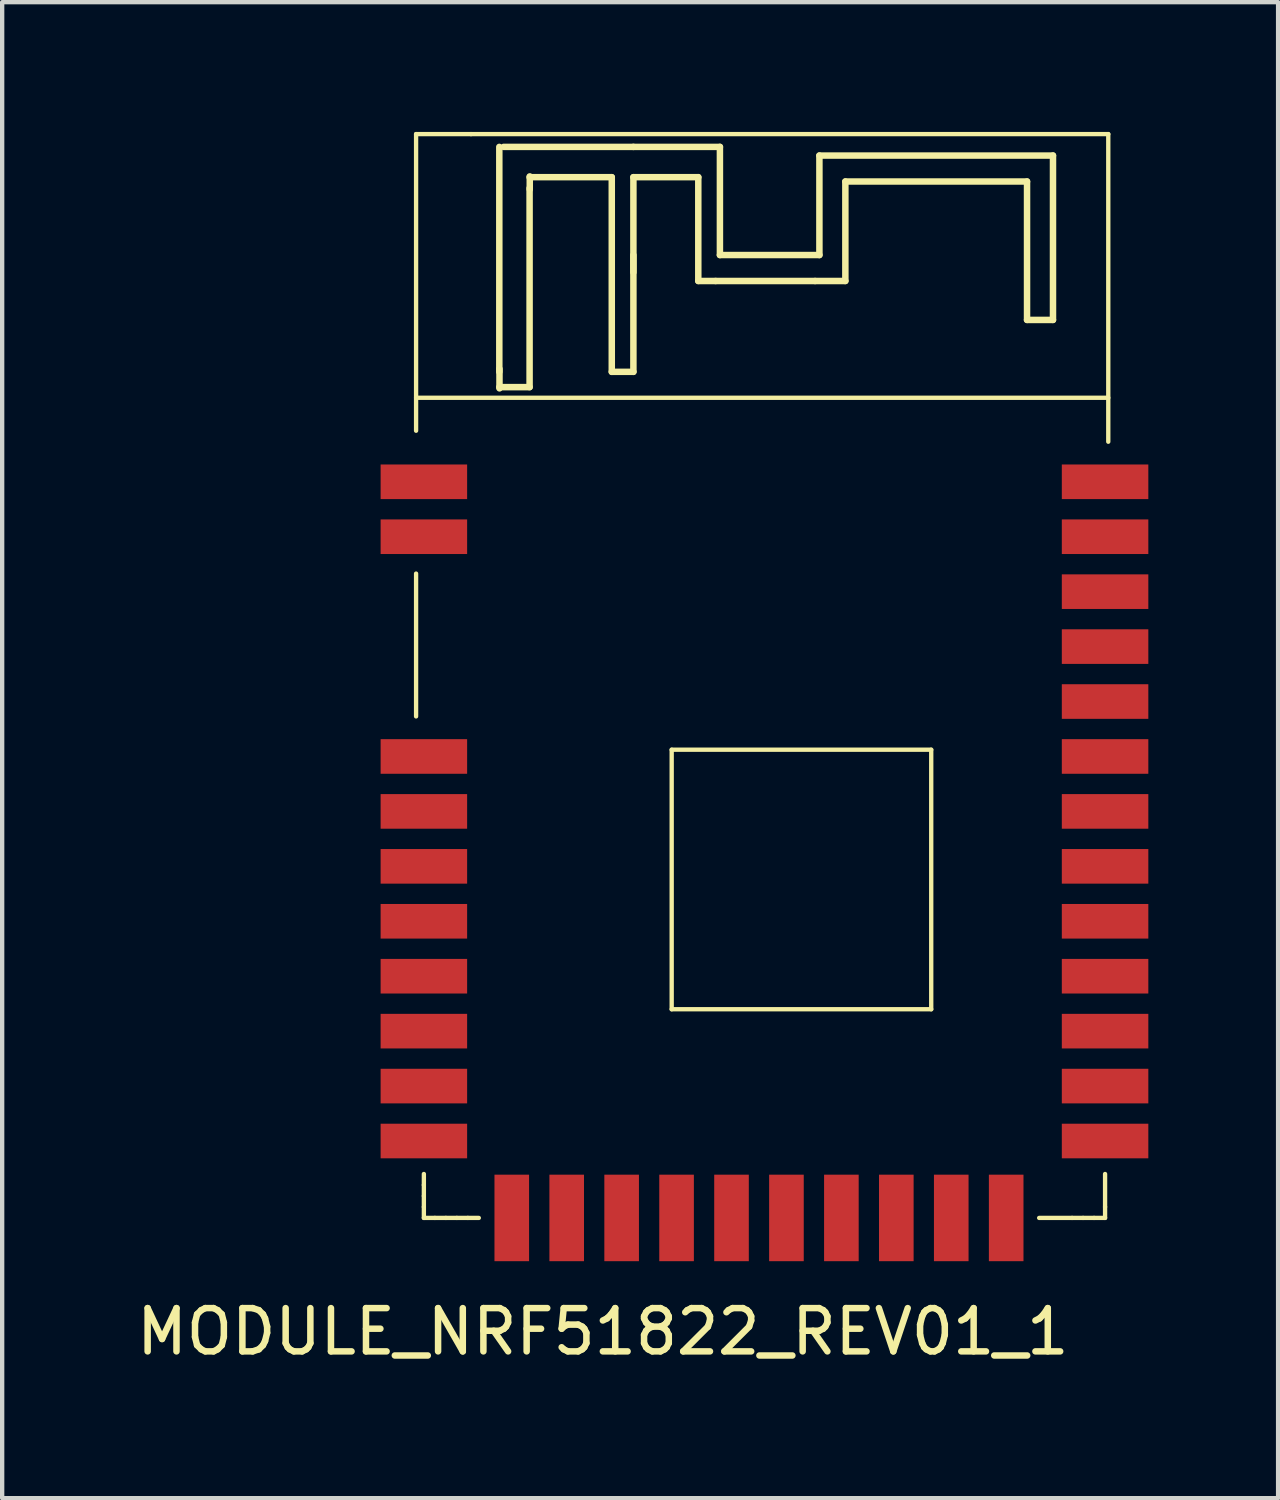
<source format=kicad_pcb>
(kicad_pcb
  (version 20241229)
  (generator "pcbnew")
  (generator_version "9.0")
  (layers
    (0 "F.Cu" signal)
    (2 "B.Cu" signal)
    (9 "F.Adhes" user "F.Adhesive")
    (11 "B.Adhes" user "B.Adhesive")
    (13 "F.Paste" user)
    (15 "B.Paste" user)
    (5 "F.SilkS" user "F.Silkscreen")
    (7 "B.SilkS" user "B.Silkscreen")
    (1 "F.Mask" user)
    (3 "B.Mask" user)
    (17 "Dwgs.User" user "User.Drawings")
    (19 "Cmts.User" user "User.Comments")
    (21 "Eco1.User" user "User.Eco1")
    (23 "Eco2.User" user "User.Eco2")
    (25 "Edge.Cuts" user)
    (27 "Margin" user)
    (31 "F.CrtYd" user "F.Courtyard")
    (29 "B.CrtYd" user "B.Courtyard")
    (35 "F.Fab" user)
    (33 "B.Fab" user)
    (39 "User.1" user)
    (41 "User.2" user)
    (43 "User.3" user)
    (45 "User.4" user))
  (footprint "MODULE_NRF51822_REV01_1"
    (layer "F.Cu")
    (at 14.697 14.528)
    (property "Reference" "MODULE_NRF51822_REV01_1" (at -3.81 13.208 0) (layer "F.SilkS") (effects (font (size 1 1) (thickness 0.15))))
    (attr smd)
    (fp_line (start -8.128 -14.478) (end -6.858 -14.478) (stroke (width 0.1) (type solid)) (layer "F.SilkS"))
    (fp_line (start -8.128 -8.382) (end 7.874 -8.382) (stroke (width 0.1) (type solid)) (layer "F.SilkS"))
    (fp_line (start -8.128 -7.62) (end -8.128 -14.478) (stroke (width 0.1) (type solid)) (layer "F.SilkS"))
    (fp_line (start -8.128 -4.318) (end -8.128 -1.016) (stroke (width 0.1) (type solid)) (layer "F.SilkS"))
    (fp_line (start -7.948 9.816) (end -7.948 9.562) (stroke (width 0.1) (type solid)) (layer "F.SilkS"))
    (fp_line (start -7.948 10.07) (end -7.948 9.816) (stroke (width 0.1) (type solid)) (layer "F.SilkS"))
    (fp_line (start -7.948 10.324) (end -7.948 10.07) (stroke (width 0.1) (type solid)) (layer "F.SilkS"))
    (fp_line (start -7.948 10.578) (end -7.948 10.324) (stroke (width 0.1) (type solid)) (layer "F.SilkS"))
    (fp_line (start -7.694 10.578) (end -7.948 10.578) (stroke (width 0.1) (type solid)) (layer "F.SilkS"))
    (fp_line (start -7.44 10.578) (end -7.694 10.578) (stroke (width 0.1) (type solid)) (layer "F.SilkS"))
    (fp_line (start -7.186 10.578) (end -7.44 10.578) (stroke (width 0.1) (type solid)) (layer "F.SilkS"))
    (fp_line (start -6.932 10.578) (end -7.186 10.578) (stroke (width 0.1) (type solid)) (layer "F.SilkS"))
    (fp_line (start -6.678 10.578) (end -6.932 10.578) (stroke (width 0.1) (type solid)) (layer "F.SilkS"))
    (fp_line (start -6.204 -8.982) (end -6.204 -14.182) (stroke (width 0.15) (type solid)) (layer "F.SilkS"))
    (fp_line (start -6.2 -9.05) (end -6.2 -8.6) (stroke (width 0.15) (type solid)) (layer "F.SilkS"))
    (fp_line (start -6.104 -14.182) (end -3.104 -14.182) (stroke (width 0.15) (type solid)) (layer "F.SilkS"))
    (fp_line (start -5.504 -13.228) (end -5.504 -8.628) (stroke (width 0.15) (type solid)) (layer "F.SilkS"))
    (fp_line (start -5.504 -8.628) (end -6.204 -8.628) (stroke (width 0.15) (type solid)) (layer "F.SilkS"))
    (fp_line (start -5.5 -13.2) (end -5.5 -13.5) (stroke (width 0.15) (type solid)) (layer "F.SilkS"))
    (fp_line (start -3.604 -13.482) (end -5.504 -13.482) (stroke (width 0.15) (type solid)) (layer "F.SilkS"))
    (fp_line (start -3.604 -8.982) (end -3.604 -13.482) (stroke (width 0.15) (type solid)) (layer "F.SilkS"))
    (fp_line (start -3.604 -8.982) (end -3.104 -8.982) (stroke (width 0.15) (type solid)) (layer "F.SilkS"))
    (fp_line (start -3.104 -14.182) (end -1.104 -14.182) (stroke (width 0.15) (type solid)) (layer "F.SilkS"))
    (fp_line (start -3.104 -13.482) (end -3.104 -11.282) (stroke (width 0.15) (type solid)) (layer "F.SilkS"))
    (fp_line (start -3.104 -11.682) (end -3.104 -8.982) (stroke (width 0.15) (type solid)) (layer "F.SilkS"))
    (fp_line (start -2.219 -0.246) (end 3.781 -0.246) (stroke (width 0.1) (type solid)) (layer "F.SilkS"))
    (fp_line (start -2.219 5.754) (end -2.219 -0.246) (stroke (width 0.1) (type solid)) (layer "F.SilkS"))
    (fp_line (start -1.604 -13.482) (end -3.104 -13.482) (stroke (width 0.15) (type solid)) (layer "F.SilkS"))
    (fp_line (start -1.604 -11.082) (end -1.604 -13.482) (stroke (width 0.15) (type solid)) (layer "F.SilkS"))
    (fp_line (start -1.204 -11.082) (end -1.604 -11.082) (stroke (width 0.15) (type solid)) (layer "F.SilkS"))
    (fp_line (start -1.104 -14.182) (end -1.104 -11.682) (stroke (width 0.15) (type solid)) (layer "F.SilkS"))
    (fp_line (start -1.104 -11.682) (end 1.196 -11.682) (stroke (width 0.15) (type solid)) (layer "F.SilkS"))
    (fp_line (start 1.096 -11.082) (end -1.204 -11.082) (stroke (width 0.15) (type solid)) (layer "F.SilkS"))
    (fp_line (start 1.196 -13.982) (end 6.596 -13.982) (stroke (width 0.15) (type solid)) (layer "F.SilkS"))
    (fp_line (start 1.196 -11.682) (end 1.196 -13.982) (stroke (width 0.15) (type solid)) (layer "F.SilkS"))
    (fp_line (start 1.796 -13.382) (end 1.796 -11.082) (stroke (width 0.15) (type solid)) (layer "F.SilkS"))
    (fp_line (start 1.796 -11.082) (end 1.096 -11.082) (stroke (width 0.15) (type solid)) (layer "F.SilkS"))
    (fp_line (start 3.781 -0.246) (end 3.781 5.754) (stroke (width 0.1) (type solid)) (layer "F.SilkS"))
    (fp_line (start 3.781 5.754) (end -2.219 5.754) (stroke (width 0.1) (type solid)) (layer "F.SilkS"))
    (fp_line (start 5.996 -13.382) (end 1.796 -13.382) (stroke (width 0.15) (type solid)) (layer "F.SilkS"))
    (fp_line (start 5.996 -10.182) (end 5.996 -13.382) (stroke (width 0.15) (type solid)) (layer "F.SilkS"))
    (fp_line (start 6.596 -13.982) (end 6.596 -10.182) (stroke (width 0.15) (type solid)) (layer "F.SilkS"))
    (fp_line (start 6.596 -10.182) (end 5.996 -10.182) (stroke (width 0.15) (type solid)) (layer "F.SilkS"))
    (fp_line (start 7.038 10.578) (end 6.276 10.578) (stroke (width 0.1) (type solid)) (layer "F.SilkS"))
    (fp_line (start 7.292 10.578) (end 7.038 10.578) (stroke (width 0.1) (type solid)) (layer "F.SilkS"))
    (fp_line (start 7.546 10.578) (end 7.292 10.578) (stroke (width 0.1) (type solid)) (layer "F.SilkS"))
    (fp_line (start 7.8 9.562) (end 7.8 10.324) (stroke (width 0.1) (type solid)) (layer "F.SilkS"))
    (fp_line (start 7.8 10.324) (end 7.8 10.578) (stroke (width 0.1) (type solid)) (layer "F.SilkS"))
    (fp_line (start 7.8 10.578) (end 7.546 10.578) (stroke (width 0.1) (type solid)) (layer "F.SilkS"))
    (fp_line (start 7.874 -14.478) (end -6.858 -14.478) (stroke (width 0.1) (type solid)) (layer "F.SilkS"))
    (fp_line (start 7.874 -7.366) (end 7.874 -14.478) (stroke (width 0.1) (type solid)) (layer "F.SilkS"))
    (pad "1" smd rect (at -7.948 -6.44) (size 2 0.8) (layers "F.Cu" "F.Mask" "F.Paste"))
    (pad "2" smd rect (at -7.948 -5.17) (size 2 0.8) (layers "F.Cu" "F.Mask" "F.Paste"))
    (pad "3" smd rect (at -7.948 -0.09) (size 2 0.8) (layers "F.Cu" "F.Mask" "F.Paste"))
    (pad "4" smd rect (at -7.948 1.18) (size 2 0.8) (layers "F.Cu" "F.Mask" "F.Paste"))
    (pad "5" smd rect (at -7.948 2.45) (size 2 0.8) (layers "F.Cu" "F.Mask" "F.Paste"))
    (pad "6" smd rect (at -7.948 3.72) (size 2 0.8) (layers "F.Cu" "F.Mask" "F.Paste"))
    (pad "7" smd rect (at -7.948 4.99) (size 2 0.8) (layers "F.Cu" "F.Mask" "F.Paste"))
    (pad "8" smd rect (at -7.948 6.26) (size 2 0.8) (layers "F.Cu" "F.Mask" "F.Paste"))
    (pad "9" smd rect (at -7.948 7.53) (size 2 0.8) (layers "F.Cu" "F.Mask" "F.Paste"))
    (pad "10" smd rect (at -7.948 8.8) (size 2 0.8) (layers "F.Cu" "F.Mask" "F.Paste"))
    (pad "11" smd rect (at -5.916 10.578) (size 0.8 2) (layers "F.Cu" "F.Mask" "F.Paste"))
    (pad "12" smd rect (at -4.646 10.578) (size 0.8 2) (layers "F.Cu" "F.Mask" "F.Paste"))
    (pad "13" smd rect (at -3.376 10.578) (size 0.8 2) (layers "F.Cu" "F.Mask" "F.Paste"))
    (pad "14" smd rect (at -2.106 10.578) (size 0.8 2) (layers "F.Cu" "F.Mask" "F.Paste"))
    (pad "15" smd rect (at -0.836 10.578) (size 0.8 2) (layers "F.Cu" "F.Mask" "F.Paste"))
    (pad "16" smd rect (at 0.434 10.578) (size 0.8 2) (layers "F.Cu" "F.Mask" "F.Paste"))
    (pad "17" smd rect (at 1.704 10.578) (size 0.8 2) (layers "F.Cu" "F.Mask" "F.Paste"))
    (pad "18" smd rect (at 2.974 10.578) (size 0.8 2) (layers "F.Cu" "F.Mask" "F.Paste"))
    (pad "19" smd rect (at 4.244 10.578) (size 0.8 2) (layers "F.Cu" "F.Mask" "F.Paste"))
    (pad "20" smd rect (at 5.514 10.578) (size 0.8 2) (layers "F.Cu" "F.Mask" "F.Paste"))
    (pad "21" smd rect (at 7.8 8.8) (size 2 0.8) (layers "F.Cu" "F.Mask" "F.Paste"))
    (pad "22" smd rect (at 7.8 7.53) (size 2 0.8) (layers "F.Cu" "F.Mask" "F.Paste"))
    (pad "23" smd rect (at 7.8 6.26) (size 2 0.8) (layers "F.Cu" "F.Mask" "F.Paste"))
    (pad "24" smd rect (at 7.8 4.99) (size 2 0.8) (layers "F.Cu" "F.Mask" "F.Paste"))
    (pad "25" smd rect (at 7.8 3.72) (size 2 0.8) (layers "F.Cu" "F.Mask" "F.Paste"))
    (pad "26" smd rect (at 7.8 2.45) (size 2 0.8) (layers "F.Cu" "F.Mask" "F.Paste"))
    (pad "27" smd rect (at 7.8 1.18) (size 2 0.8) (layers "F.Cu" "F.Mask" "F.Paste"))
    (pad "28" smd rect (at 7.8 -0.09) (size 2 0.8) (layers "F.Cu" "F.Mask" "F.Paste"))
    (pad "29" smd rect (at 7.8 -1.36) (size 2 0.8) (layers "F.Cu" "F.Mask" "F.Paste"))
    (pad "30" smd rect (at 7.8 -2.63) (size 2 0.8) (layers "F.Cu" "F.Mask" "F.Paste"))
    (pad "31" smd rect (at 7.8 -3.9) (size 2 0.8) (layers "F.Cu" "F.Mask" "F.Paste"))
    (pad "32" smd rect (at 7.8 -5.17) (size 2 0.8) (layers "F.Cu" "F.Mask" "F.Paste"))
    (pad "33" smd rect (at 7.8 -6.44) (size 2 0.8) (layers "F.Cu" "F.Mask" "F.Paste")))
  (gr_rect
    (start -3 -3)
    (end 26.497 31.584)
    (stroke (width 0.1) (type default))
    (fill no)
    (layer "Edge.Cuts")))
</source>
